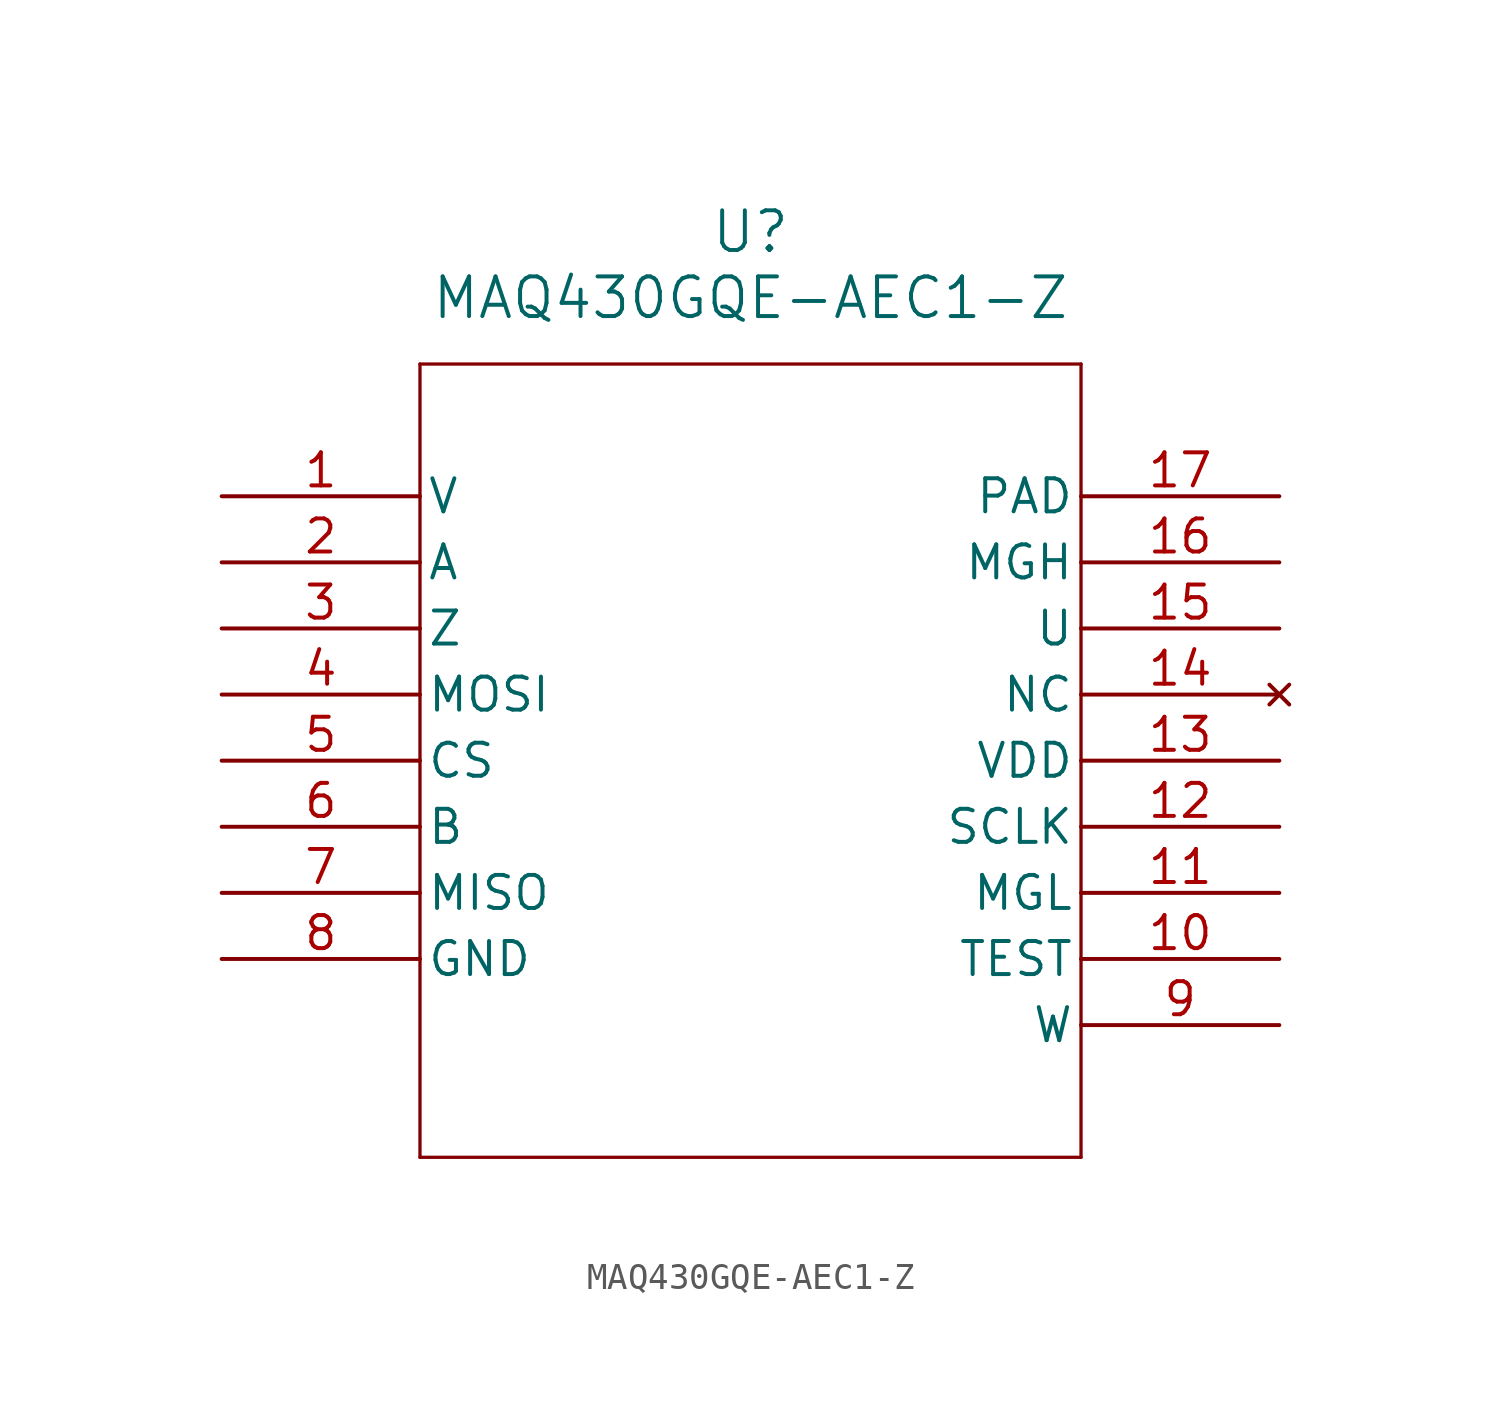
<source format=kicad_sym>
(kicad_symbol_lib
  (version 20211014)
  (generator kicad_symbol_editor)
  (symbol "MAQ430GQE-AEC1-Z"
    (pin_names
      (offset 0.254))
    (property "Reference" "U"
      (at 20.32 10.16 0)
      (effects (font (size 1.524 1.524))))
    (property "Value" "MAQ430GQE-AEC1-Z"
      (at 20.32 7.62 0)
      (effects (font (size 1.524 1.524))))
    (symbol "MAQ430GQE-AEC1-Z_0_1"
      (polyline (pts (xy 7.62 5.08) (xy 7.62 -25.4)) (stroke (width 0.127) (type default) (color 0 0 0 0)) (fill (type none)))
      (polyline (pts (xy 7.62 -25.4) (xy 33.02 -25.4)) (stroke (width 0.127) (type default) (color 0 0 0 0)) (fill (type none)))
      (polyline (pts (xy 33.02 -25.4) (xy 33.02 5.08)) (stroke (width 0.127) (type default) (color 0 0 0 0)) (fill (type none)))
      (polyline (pts (xy 33.02 5.08) (xy 7.62 5.08)) (stroke (width 0.127) (type default) (color 0 0 0 0)) (fill (type none)))
      (pin output line (at 0 0 0) (length 7.62) (name "V" (effects (font (size 1.27 1.27)))) (number "1" (effects (font (size 1.27 1.27)))))
      (pin output line (at 0 -2.54 0) (length 7.62) (name "A" (effects (font (size 1.27 1.27)))) (number "2" (effects (font (size 1.27 1.27)))))
      (pin output line (at 0 -5.08 0) (length 7.62) (name "Z" (effects (font (size 1.27 1.27)))) (number "3" (effects (font (size 1.27 1.27)))))
      (pin input line (at 0 -7.62 0) (length 7.62) (name "MOSI" (effects (font (size 1.27 1.27)))) (number "4" (effects (font (size 1.27 1.27)))))
      (pin unspecified line (at 0 -10.16 0) (length 7.62) (name "CS" (effects (font (size 1.27 1.27)))) (number "5" (effects (font (size 1.27 1.27)))))
      (pin output line (at 0 -12.7 0) (length 7.62) (name "B" (effects (font (size 1.27 1.27)))) (number "6" (effects (font (size 1.27 1.27)))))
      (pin output line (at 0 -15.24 0) (length 7.62) (name "MISO" (effects (font (size 1.27 1.27)))) (number "7" (effects (font (size 1.27 1.27)))))
      (pin power_in line (at 0 -17.78 0) (length 7.62) (name "GND" (effects (font (size 1.27 1.27)))) (number "8" (effects (font (size 1.27 1.27)))))
      (pin output line (at 40.64 -20.32 180) (length 7.62) (name "W" (effects (font (size 1.27 1.27)))) (number "9" (effects (font (size 1.27 1.27)))))
      (pin unspecified line (at 40.64 -17.78 180) (length 7.62) (name "TEST" (effects (font (size 1.27 1.27)))) (number "10" (effects (font (size 1.27 1.27)))))
      (pin output line (at 40.64 -15.24 180) (length 7.62) (name "MGL" (effects (font (size 1.27 1.27)))) (number "11" (effects (font (size 1.27 1.27)))))
      (pin unspecified line (at 40.64 -12.7 180) (length 7.62) (name "SCLK" (effects (font (size 1.27 1.27)))) (number "12" (effects (font (size 1.27 1.27)))))
      (pin power_in line (at 40.64 -10.16 180) (length 7.62) (name "VDD" (effects (font (size 1.27 1.27)))) (number "13" (effects (font (size 1.27 1.27)))))
      (pin no_connect line (at 40.64 -7.62 180) (length 7.62) (name "NC" (effects (font (size 1.27 1.27)))) (number "14" (effects (font (size 1.27 1.27)))))
      (pin output line (at 40.64 -5.08 180) (length 7.62) (name "U" (effects (font (size 1.27 1.27)))) (number "15" (effects (font (size 1.27 1.27)))))
      (pin output line (at 40.64 -2.54 180) (length 7.62) (name "MGH" (effects (font (size 1.27 1.27)))) (number "16" (effects (font (size 1.27 1.27)))))
      (pin power_in line (at 40.64 0 180) (length 7.62) (name "PAD" (effects (font (size 1.27 1.27)))) (number "17" (effects (font (size 1.27 1.27))))))))
</source>
